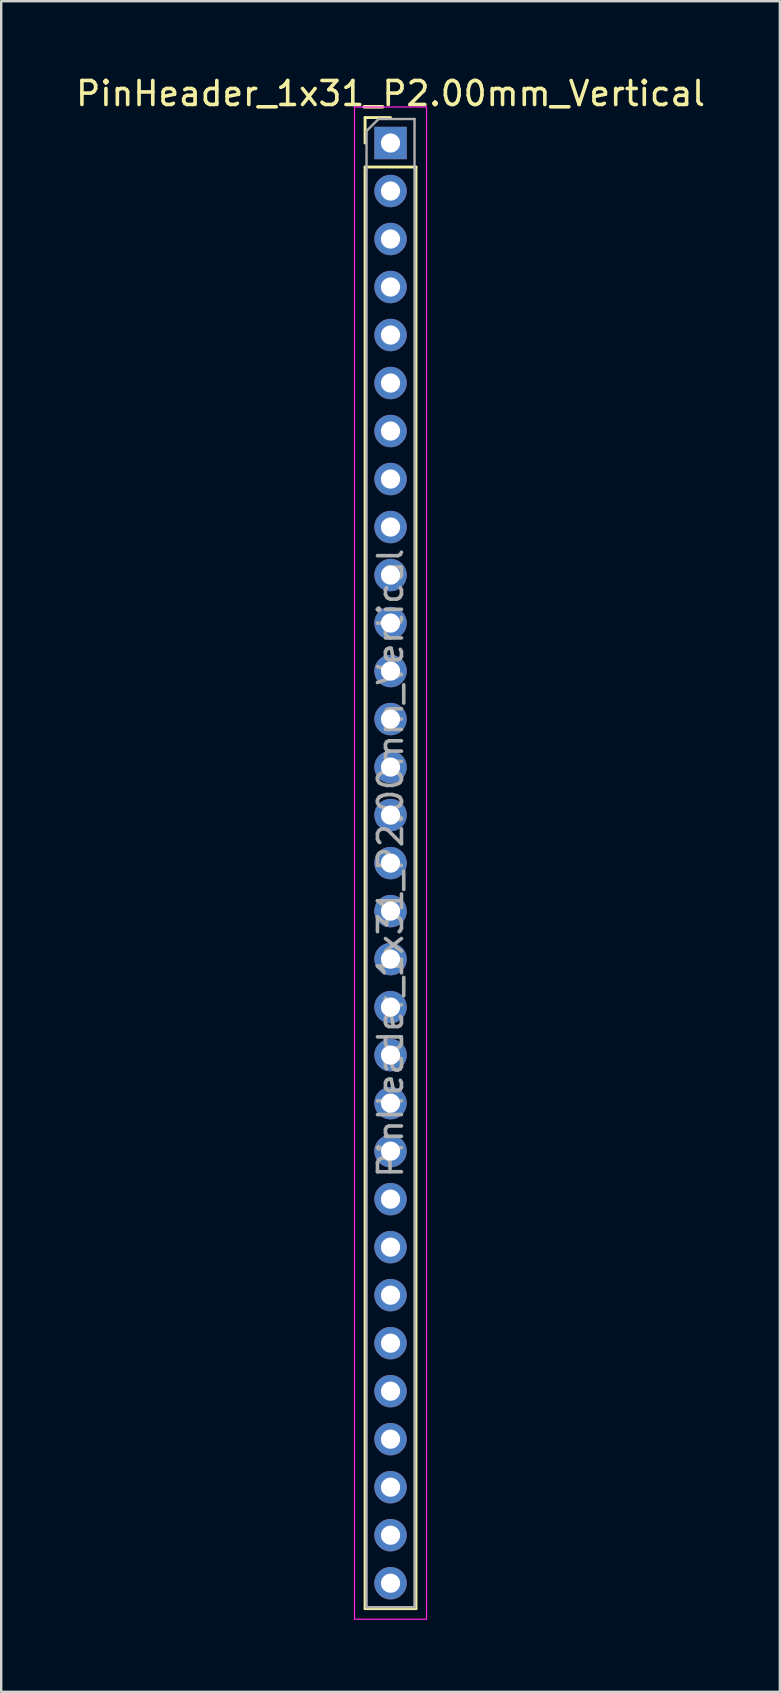
<source format=kicad_pcb>
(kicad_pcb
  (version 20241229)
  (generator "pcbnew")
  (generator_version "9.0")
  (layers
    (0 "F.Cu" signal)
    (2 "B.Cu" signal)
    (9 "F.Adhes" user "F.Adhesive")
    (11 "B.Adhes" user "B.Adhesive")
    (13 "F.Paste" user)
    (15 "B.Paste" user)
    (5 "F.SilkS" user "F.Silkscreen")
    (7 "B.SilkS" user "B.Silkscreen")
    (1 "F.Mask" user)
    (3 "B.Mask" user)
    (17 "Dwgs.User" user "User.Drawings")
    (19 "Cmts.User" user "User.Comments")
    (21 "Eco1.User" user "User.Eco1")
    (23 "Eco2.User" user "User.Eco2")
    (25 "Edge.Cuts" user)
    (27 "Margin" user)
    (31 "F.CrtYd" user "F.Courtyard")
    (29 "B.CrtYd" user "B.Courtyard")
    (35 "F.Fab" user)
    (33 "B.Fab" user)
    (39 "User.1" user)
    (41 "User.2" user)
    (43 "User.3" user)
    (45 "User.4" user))
  (footprint "PinHeader_1x31_P2.00mm_Vertical"
    (layer "F.Cu")
    (at 13.22 2.908)
    (property "Reference" "PinHeader_1x31_P2.00mm_Vertical" (at 0 -2.06 0) (layer "F.SilkS") (effects (font (size 1 1) (thickness 0.15))))
    (attr through_hole)
    (fp_line (start -1.06 -1.06) (end 0 -1.06) (stroke (width 0.12) (type solid)) (layer "F.SilkS"))
    (fp_line (start -1.06 0) (end -1.06 -1.06) (stroke (width 0.12) (type solid)) (layer "F.SilkS"))
    (fp_line (start -1.06 1) (end -1.06 61.06) (stroke (width 0.12) (type solid)) (layer "F.SilkS"))
    (fp_line (start -1.06 1) (end 1.06 1) (stroke (width 0.12) (type solid)) (layer "F.SilkS"))
    (fp_line (start -1.06 61.06) (end 1.06 61.06) (stroke (width 0.12) (type solid)) (layer "F.SilkS"))
    (fp_line (start 1.06 1) (end 1.06 61.06) (stroke (width 0.12) (type solid)) (layer "F.SilkS"))
    (fp_line (start -1.5 -1.5) (end -1.5 61.5) (stroke (width 0.05) (type solid)) (layer "F.CrtYd"))
    (fp_line (start -1.5 61.5) (end 1.5 61.5) (stroke (width 0.05) (type solid)) (layer "F.CrtYd"))
    (fp_line (start 1.5 -1.5) (end -1.5 -1.5) (stroke (width 0.05) (type solid)) (layer "F.CrtYd"))
    (fp_line (start 1.5 61.5) (end 1.5 -1.5) (stroke (width 0.05) (type solid)) (layer "F.CrtYd"))
    (fp_line (start -1 -0.5) (end -0.5 -1) (stroke (width 0.1) (type solid)) (layer "F.Fab"))
    (fp_line (start -1 61) (end -1 -0.5) (stroke (width 0.1) (type solid)) (layer "F.Fab"))
    (fp_line (start -0.5 -1) (end 1 -1) (stroke (width 0.1) (type solid)) (layer "F.Fab"))
    (fp_line (start 1 -1) (end 1 61) (stroke (width 0.1) (type solid)) (layer "F.Fab"))
    (fp_line (start 1 61) (end -1 61) (stroke (width 0.1) (type solid)) (layer "F.Fab"))
    (fp_text user "${REFERENCE}" (at 0 30 90) (layer "F.Fab") (effects (font (size 1 1) (thickness 0.15))))
    (pad "1" thru_hole rect (at 0 0) (size 1.35 1.35) (drill 0.8) (layers "*.Cu" "*.Mask"))
    (pad "2" thru_hole oval (at 0 2) (size 1.35 1.35) (drill 0.8) (layers "*.Cu" "*.Mask"))
    (pad "3" thru_hole oval (at 0 4) (size 1.35 1.35) (drill 0.8) (layers "*.Cu" "*.Mask"))
    (pad "4" thru_hole oval (at 0 6) (size 1.35 1.35) (drill 0.8) (layers "*.Cu" "*.Mask"))
    (pad "5" thru_hole oval (at 0 8) (size 1.35 1.35) (drill 0.8) (layers "*.Cu" "*.Mask"))
    (pad "6" thru_hole oval (at 0 10) (size 1.35 1.35) (drill 0.8) (layers "*.Cu" "*.Mask"))
    (pad "7" thru_hole oval (at 0 12) (size 1.35 1.35) (drill 0.8) (layers "*.Cu" "*.Mask"))
    (pad "8" thru_hole oval (at 0 14) (size 1.35 1.35) (drill 0.8) (layers "*.Cu" "*.Mask"))
    (pad "9" thru_hole oval (at 0 16) (size 1.35 1.35) (drill 0.8) (layers "*.Cu" "*.Mask"))
    (pad "10" thru_hole oval (at 0 18) (size 1.35 1.35) (drill 0.8) (layers "*.Cu" "*.Mask"))
    (pad "11" thru_hole oval (at 0 20) (size 1.35 1.35) (drill 0.8) (layers "*.Cu" "*.Mask"))
    (pad "12" thru_hole oval (at 0 22) (size 1.35 1.35) (drill 0.8) (layers "*.Cu" "*.Mask"))
    (pad "13" thru_hole oval (at 0 24) (size 1.35 1.35) (drill 0.8) (layers "*.Cu" "*.Mask"))
    (pad "14" thru_hole oval (at 0 26) (size 1.35 1.35) (drill 0.8) (layers "*.Cu" "*.Mask"))
    (pad "15" thru_hole oval (at 0 28) (size 1.35 1.35) (drill 0.8) (layers "*.Cu" "*.Mask"))
    (pad "16" thru_hole oval (at 0 30) (size 1.35 1.35) (drill 0.8) (layers "*.Cu" "*.Mask"))
    (pad "17" thru_hole oval (at 0 32) (size 1.35 1.35) (drill 0.8) (layers "*.Cu" "*.Mask"))
    (pad "18" thru_hole oval (at 0 34) (size 1.35 1.35) (drill 0.8) (layers "*.Cu" "*.Mask"))
    (pad "19" thru_hole oval (at 0 36) (size 1.35 1.35) (drill 0.8) (layers "*.Cu" "*.Mask"))
    (pad "20" thru_hole oval (at 0 38) (size 1.35 1.35) (drill 0.8) (layers "*.Cu" "*.Mask"))
    (pad "21" thru_hole oval (at 0 40) (size 1.35 1.35) (drill 0.8) (layers "*.Cu" "*.Mask"))
    (pad "22" thru_hole oval (at 0 42) (size 1.35 1.35) (drill 0.8) (layers "*.Cu" "*.Mask"))
    (pad "23" thru_hole oval (at 0 44) (size 1.35 1.35) (drill 0.8) (layers "*.Cu" "*.Mask"))
    (pad "24" thru_hole oval (at 0 46) (size 1.35 1.35) (drill 0.8) (layers "*.Cu" "*.Mask"))
    (pad "25" thru_hole oval (at 0 48) (size 1.35 1.35) (drill 0.8) (layers "*.Cu" "*.Mask"))
    (pad "26" thru_hole oval (at 0 50) (size 1.35 1.35) (drill 0.8) (layers "*.Cu" "*.Mask"))
    (pad "27" thru_hole oval (at 0 52) (size 1.35 1.35) (drill 0.8) (layers "*.Cu" "*.Mask"))
    (pad "28" thru_hole oval (at 0 54) (size 1.35 1.35) (drill 0.8) (layers "*.Cu" "*.Mask"))
    (pad "29" thru_hole oval (at 0 56) (size 1.35 1.35) (drill 0.8) (layers "*.Cu" "*.Mask"))
    (pad "30" thru_hole oval (at 0 58) (size 1.35 1.35) (drill 0.8) (layers "*.Cu" "*.Mask"))
    (pad "31" thru_hole oval (at 0 60) (size 1.35 1.35) (drill 0.8) (layers "*.Cu" "*.Mask")))
  (gr_rect
    (start -3 -3)
    (end 29.44 67.433)
    (stroke (width 0.1) (type default))
    (fill no)
    (layer "Edge.Cuts")))
</source>
